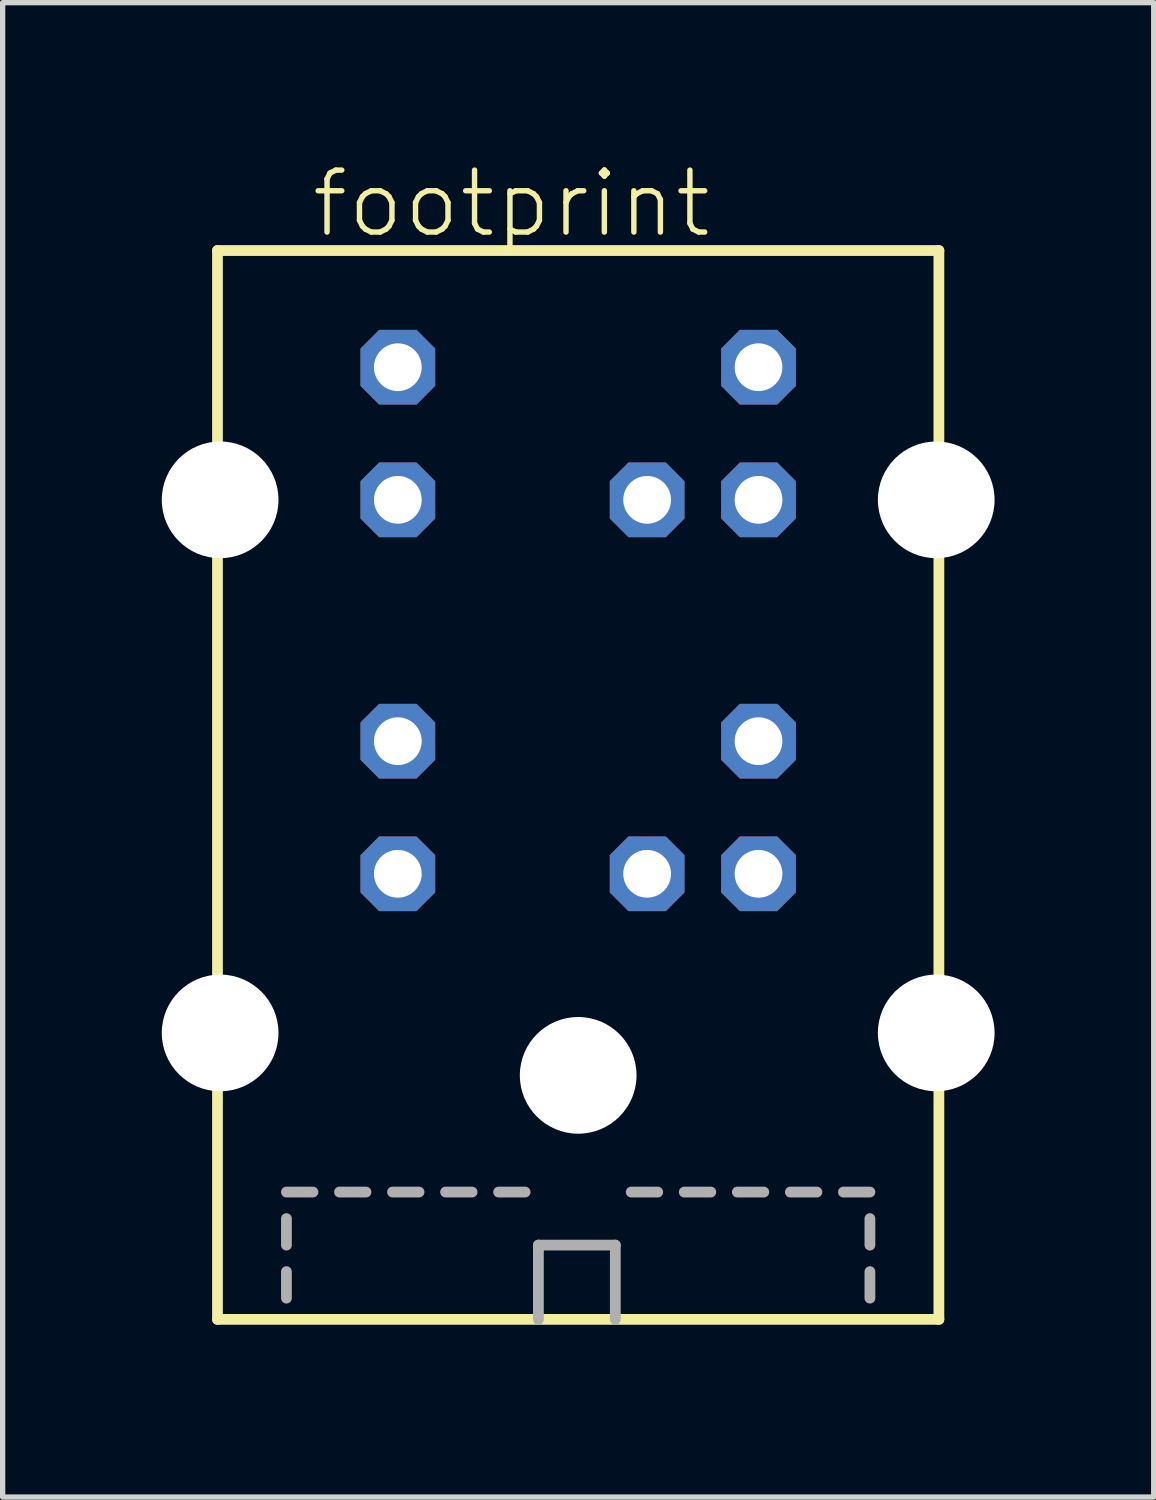
<source format=kicad_pcb>
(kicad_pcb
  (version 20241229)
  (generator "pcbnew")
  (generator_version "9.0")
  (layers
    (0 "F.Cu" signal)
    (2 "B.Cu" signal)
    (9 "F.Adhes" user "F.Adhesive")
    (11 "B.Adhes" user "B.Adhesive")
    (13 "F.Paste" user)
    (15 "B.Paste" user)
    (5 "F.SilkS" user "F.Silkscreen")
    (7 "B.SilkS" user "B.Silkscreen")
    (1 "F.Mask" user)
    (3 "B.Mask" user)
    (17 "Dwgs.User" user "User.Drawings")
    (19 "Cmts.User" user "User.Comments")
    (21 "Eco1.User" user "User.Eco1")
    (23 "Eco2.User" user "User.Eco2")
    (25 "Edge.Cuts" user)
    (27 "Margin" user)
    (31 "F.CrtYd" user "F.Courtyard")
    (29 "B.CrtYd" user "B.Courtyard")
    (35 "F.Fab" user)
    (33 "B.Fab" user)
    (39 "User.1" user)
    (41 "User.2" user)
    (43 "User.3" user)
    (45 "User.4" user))
  (footprint "footprint"
    (layer "F.Cu")
    (at 7.85 21.923)
    (property "Reference" "footprint" (at -5.08 -20.45 0) (layer "F.SilkS") (effects (font (size 1.168 1.168) (thickness 0.102)) (justify left bottom)))
    (fp_line (start -6.8 -20.25) (end -6.8 -0.1) (stroke (width 0.203) (type solid)) (layer "F.SilkS"))
    (fp_line (start -6.8 -0.1) (end 6.8 -0.1) (stroke (width 0.203) (type solid)) (layer "F.SilkS"))
    (fp_line (start 6.8 -20.25) (end -6.8 -20.25) (stroke (width 0.203) (type solid)) (layer "F.SilkS"))
    (fp_line (start 6.8 -0.1) (end 6.8 -20.25) (stroke (width 0.203) (type solid)) (layer "F.SilkS"))
    (fp_line (start -5.5 -2.5) (end -5 -2.5) (stroke (width 0.203) (type solid)) (layer "F.Fab"))
    (fp_line (start -5.5 -1.5) (end -5.5 -2) (stroke (width 0.203) (type solid)) (layer "F.Fab"))
    (fp_line (start -5.5 -0.5) (end -5.5 -1) (stroke (width 0.203) (type solid)) (layer "F.Fab"))
    (fp_line (start -4.5 -2.5) (end -4 -2.5) (stroke (width 0.203) (type solid)) (layer "F.Fab"))
    (fp_line (start -3.5 -2.5) (end -3 -2.5) (stroke (width 0.203) (type solid)) (layer "F.Fab"))
    (fp_line (start -2.5 -2.5) (end -2 -2.5) (stroke (width 0.203) (type solid)) (layer "F.Fab"))
    (fp_line (start -1.5 -2.5) (end -1 -2.5) (stroke (width 0.203) (type solid)) (layer "F.Fab"))
    (fp_line (start -0.75 -1.5) (end 0.7 -1.5) (stroke (width 0.203) (type solid)) (layer "F.Fab"))
    (fp_line (start -0.75 -0.1) (end -0.75 -1.5) (stroke (width 0.203) (type solid)) (layer "F.Fab"))
    (fp_line (start 0.7 -1.5) (end 0.7 -0.1) (stroke (width 0.203) (type solid)) (layer "F.Fab"))
    (fp_line (start 1 -2.5) (end 1.5 -2.5) (stroke (width 0.203) (type solid)) (layer "F.Fab"))
    (fp_line (start 2 -2.5) (end 2.5 -2.5) (stroke (width 0.203) (type solid)) (layer "F.Fab"))
    (fp_line (start 3 -2.5) (end 3.5 -2.5) (stroke (width 0.203) (type solid)) (layer "F.Fab"))
    (fp_line (start 4 -2.5) (end 4.5 -2.5) (stroke (width 0.203) (type solid)) (layer "F.Fab"))
    (fp_line (start 5 -2.5) (end 5.5 -2.5) (stroke (width 0.203) (type solid)) (layer "F.Fab"))
    (fp_line (start 5.5 -1.5) (end 5.5 -2) (stroke (width 0.203) (type solid)) (layer "F.Fab"))
    (fp_line (start 5.5 -0.5) (end 5.5 -1) (stroke (width 0.203) (type solid)) (layer "F.Fab"))
    (pad "" np_thru_hole circle (at -6.75 -15.55) (size 2.2 2.2) (drill 2.2) (layers "*.Cu" "*.Mask"))
    (pad "" np_thru_hole circle (at -6.75 -5.5) (size 2.2 2.2) (drill 2.2) (layers "*.Cu" "*.Mask"))
    (pad "" np_thru_hole circle (at 0 -4.7) (size 2.2 2.2) (drill 2.2) (layers "*.Cu" "*.Mask"))
    (pad "" np_thru_hole circle (at 6.75 -15.55) (size 2.2 2.2) (drill 2.2) (layers "*.Cu" "*.Mask"))
    (pad "" np_thru_hole circle (at 6.75 -5.5) (size 2.2 2.2) (drill 2.2) (layers "*.Cu" "*.Mask"))
    (pad "1-1" thru_hole roundrect (at 1.3 -8.5) (size 1.408 1.408) (drill 0.9) (layers "*.Cu" "*.Mask") (roundrect_rratio 0.25) (chamfer_ratio 0.25) (chamfer top_left top_right bottom_left bottom_right))
    (pad "1-2" thru_hole roundrect (at 3.4 -8.5) (size 1.408 1.408) (drill 0.9) (layers "*.Cu" "*.Mask") (roundrect_rratio 0.25) (chamfer_ratio 0.25) (chamfer top_left top_right bottom_left bottom_right))
    (pad "1-3" thru_hole roundrect (at -3.4 -8.5) (size 1.408 1.408) (drill 0.9) (layers "*.Cu" "*.Mask") (roundrect_rratio 0.25) (chamfer_ratio 0.25) (chamfer top_left top_right bottom_left bottom_right))
    (pad "1-4" thru_hole roundrect (at 3.4 -11) (size 1.408 1.408) (drill 0.9) (layers "*.Cu" "*.Mask") (roundrect_rratio 0.25) (chamfer_ratio 0.25) (chamfer top_left top_right bottom_left bottom_right))
    (pad "1-5" thru_hole roundrect (at -3.4 -11) (size 1.408 1.408) (drill 0.9) (layers "*.Cu" "*.Mask") (roundrect_rratio 0.25) (chamfer_ratio 0.25) (chamfer top_left top_right bottom_left bottom_right))
    (pad "2-1" thru_hole roundrect (at 1.3 -15.55) (size 1.408 1.408) (drill 0.9) (layers "*.Cu" "*.Mask") (roundrect_rratio 0.25) (chamfer_ratio 0.25) (chamfer top_left top_right bottom_left bottom_right))
    (pad "2-2" thru_hole roundrect (at 3.4 -15.55) (size 1.408 1.408) (drill 0.9) (layers "*.Cu" "*.Mask") (roundrect_rratio 0.25) (chamfer_ratio 0.25) (chamfer top_left top_right bottom_left bottom_right))
    (pad "2-3" thru_hole roundrect (at -3.4 -15.55) (size 1.408 1.408) (drill 0.9) (layers "*.Cu" "*.Mask") (roundrect_rratio 0.25) (chamfer_ratio 0.25) (chamfer top_left top_right bottom_left bottom_right))
    (pad "2-4" thru_hole roundrect (at 3.4 -18.05) (size 1.408 1.408) (drill 0.9) (layers "*.Cu" "*.Mask") (roundrect_rratio 0.25) (chamfer_ratio 0.25) (chamfer top_left top_right bottom_left bottom_right))
    (pad "2-5" thru_hole roundrect (at -3.4 -18.05) (size 1.408 1.408) (drill 0.9) (layers "*.Cu" "*.Mask") (roundrect_rratio 0.25) (chamfer_ratio 0.25) (chamfer top_left top_right bottom_left bottom_right)))
  (gr_rect
    (start -3 -3)
    (end 18.7 25.173)
    (stroke (width 0.1) (type default))
    (fill no)
    (layer "Edge.Cuts")))
</source>
